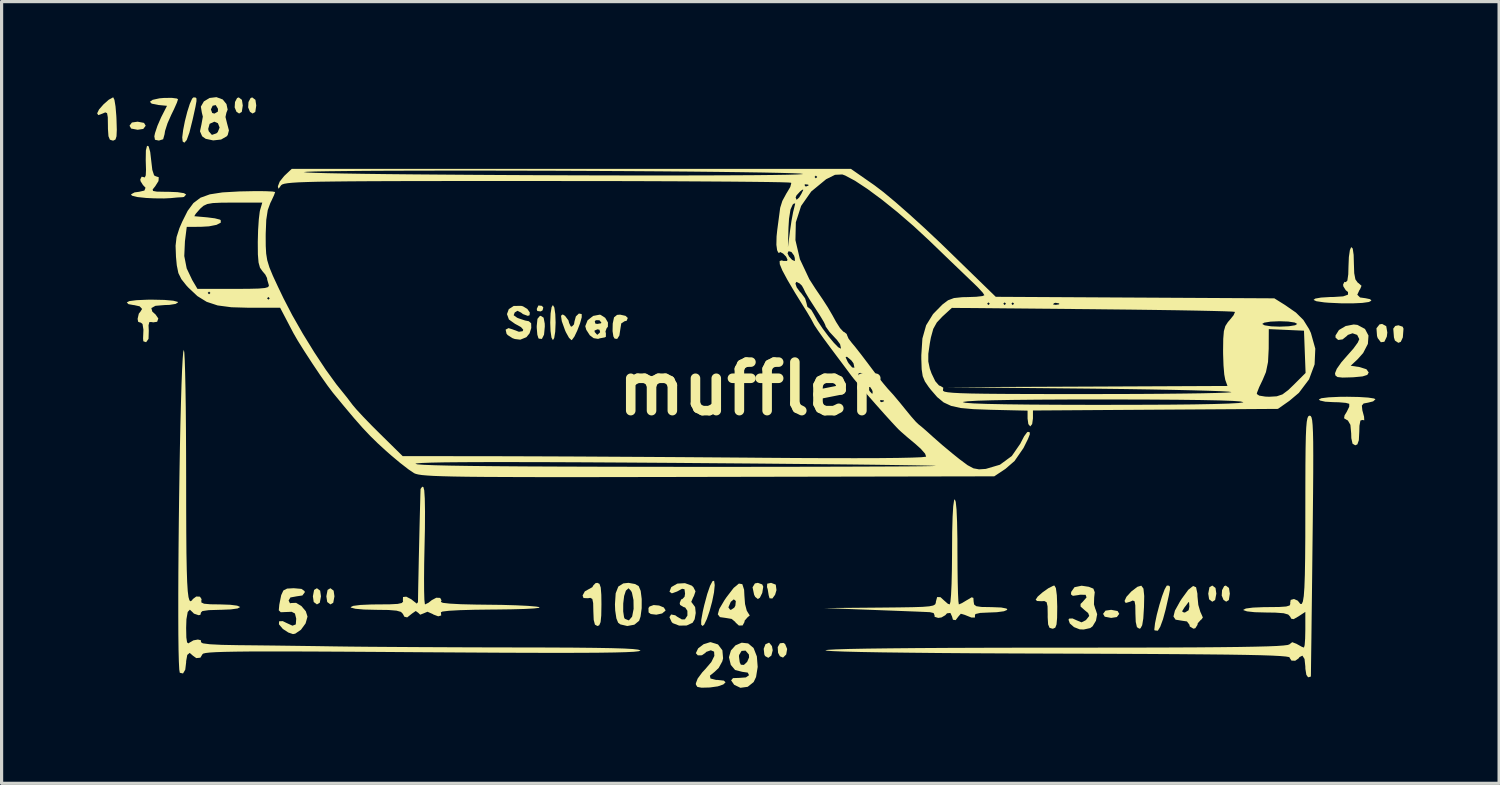
<source format=kicad_pcb>
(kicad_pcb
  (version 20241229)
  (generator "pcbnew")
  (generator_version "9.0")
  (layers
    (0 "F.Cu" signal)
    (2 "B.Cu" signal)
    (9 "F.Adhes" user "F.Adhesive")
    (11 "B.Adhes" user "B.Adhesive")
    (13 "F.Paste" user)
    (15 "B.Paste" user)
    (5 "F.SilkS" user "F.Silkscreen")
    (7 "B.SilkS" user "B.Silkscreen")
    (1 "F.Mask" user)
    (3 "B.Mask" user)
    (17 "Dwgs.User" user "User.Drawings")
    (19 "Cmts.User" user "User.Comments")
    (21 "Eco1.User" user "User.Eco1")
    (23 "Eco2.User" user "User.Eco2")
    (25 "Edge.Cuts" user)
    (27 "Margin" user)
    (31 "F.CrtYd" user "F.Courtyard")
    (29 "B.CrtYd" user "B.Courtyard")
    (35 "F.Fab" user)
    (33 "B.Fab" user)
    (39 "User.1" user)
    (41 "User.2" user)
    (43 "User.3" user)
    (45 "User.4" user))
  (footprint "muffler"
    (layer "F.Cu")
    (at 20.489 9.152)
    (property "Reference" "muffler" (at 0 0 0) (layer "F.SilkS") (effects (font (size 1.524 1.524) (thickness 0.3))))
    (attr board_only exclude_from_pos_files exclude_from_bom)
    (fp_poly (pts (xy -6.528 -2.6) (xy -6.482 -2.549) (xy -6.505 -2.459) (xy -6.562 -2.425) (xy -6.671 -2.438) (xy -6.689 -2.5) (xy -6.636 -2.612)) (stroke (width 0) (type solid)) (fill yes) (layer "F.SilkS"))
    (fp_poly (pts (xy -19.018 -8.344) (xy -18.965 -8.255) (xy -19.041 -8.154) (xy -19.219 -8.128) (xy -19.421 -8.166) (xy -19.473 -8.255) (xy -19.398 -8.356) (xy -19.219 -8.382)) (stroke (width 0) (type solid)) (fill yes) (layer "F.SilkS"))
    (fp_poly (pts (xy -13.488 6.341) (xy -13.462 6.519) (xy -13.5 6.721) (xy -13.589 6.773) (xy -13.69 6.698) (xy -13.716 6.519) (xy -13.678 6.318) (xy -13.589 6.265)) (stroke (width 0) (type solid)) (fill yes) (layer "F.SilkS"))
    (fp_poly (pts (xy -13.065 6.341) (xy -13.039 6.519) (xy -13.077 6.721) (xy -13.166 6.773) (xy -13.266 6.698) (xy -13.293 6.519) (xy -13.255 6.318) (xy -13.166 6.265)) (stroke (width 0) (type solid)) (fill yes) (layer "F.SilkS"))
    (fp_poly (pts (xy 11.547 6.981) (xy 11.599 7.07) (xy 11.524 7.17) (xy 11.345 7.197) (xy 11.144 7.159) (xy 11.091 7.07) (xy 11.167 6.969) (xy 11.345 6.943)) (stroke (width 0) (type solid)) (fill yes) (layer "F.SilkS"))
    (fp_poly (pts (xy 14.621 6.256) (xy 14.647 6.435) (xy 14.609 6.636) (xy 14.52 6.689) (xy 14.42 6.613) (xy 14.393 6.435) (xy 14.431 6.233) (xy 14.52 6.181)) (stroke (width 0) (type solid)) (fill yes) (layer "F.SilkS"))
    (fp_poly (pts (xy -15.944 -9.068) (xy -15.917 -8.89) (xy -15.948 -8.689) (xy -16.032 -8.638) (xy -16.115 -8.692) (xy -16.172 -8.83) (xy -16.161 -9) (xy -16.096 -9.124) (xy -16.044 -9.144)) (stroke (width 0) (type solid)) (fill yes) (layer "F.SilkS"))
    (fp_poly (pts (xy -15.52 -9.068) (xy -15.494 -8.89) (xy -15.524 -8.689) (xy -15.608 -8.638) (xy -15.692 -8.692) (xy -15.748 -8.83) (xy -15.738 -9) (xy -15.672 -9.124) (xy -15.621 -9.144)) (stroke (width 0) (type solid)) (fill yes) (layer "F.SilkS"))
    (fp_poly (pts (xy 1.109 8.017) (xy 1.173 8.172) (xy 1.143 8.345) (xy 1.044 8.443) (xy 0.946 8.401) (xy 0.888 8.293) (xy 0.877 8.114) (xy 0.946 7.994) (xy 1.057 7.981)) (stroke (width 0) (type solid)) (fill yes) (layer "F.SilkS"))
    (fp_poly (pts (xy 15.044 6.256) (xy 15.071 6.435) (xy 15.04 6.635) (xy 14.956 6.687) (xy 14.873 6.632) (xy 14.816 6.495) (xy 14.827 6.325) (xy 14.892 6.201) (xy 14.944 6.181)) (stroke (width 0) (type solid)) (fill yes) (layer "F.SilkS"))
    (fp_poly (pts (xy 0.391 6.146) (xy 0.423 6.216) (xy 0.392 6.411) (xy 0.318 6.562) (xy 0.254 6.604) (xy 0.17 6.537) (xy 0.136 6.47) (xy 0.087 6.236) (xy 0.161 6.114) (xy 0.254 6.096)) (stroke (width 0) (type solid)) (fill yes) (layer "F.SilkS"))
    (fp_poly (pts (xy 0.614 7.98) (xy 0.696 8.082) (xy 0.72 8.213) (xy 0.677 8.381) (xy 0.581 8.45) (xy 0.481 8.395) (xy 0.457 8.347) (xy 0.437 8.167) (xy 0.493 8.023) (xy 0.6 7.976)) (stroke (width 0) (type solid)) (fill yes) (layer "F.SilkS"))
    (fp_poly (pts (xy 0.816 6.153) (xy 0.838 6.324) (xy 0.795 6.47) (xy 0.708 6.588) (xy 0.621 6.581) (xy 0.593 6.484) (xy 0.563 6.298) (xy 0.541 6.23) (xy 0.547 6.123) (xy 0.668 6.096)) (stroke (width 0) (type solid)) (fill yes) (layer "F.SilkS"))
    (fp_poly (pts (xy 19.981 -1.962) (xy 20.015 -1.762) (xy 19.999 -1.633) (xy 19.922 -1.472) (xy 19.812 -1.458) (xy 19.713 -1.588) (xy 19.692 -1.655) (xy 19.674 -1.896) (xy 19.77 -2.018) (xy 19.852 -2.032)) (stroke (width 0) (type solid)) (fill yes) (layer "F.SilkS"))
    (fp_poly (pts (xy -2.847 6.808) (xy -2.699 6.869) (xy -2.644 6.957) (xy -2.646 6.967) (xy -2.751 7.057) (xy -2.934 7.096) (xy -3.108 7.075) (xy -3.177 7.025) (xy -3.181 6.887) (xy -3.148 6.84) (xy -3.019 6.793)) (stroke (width 0) (type solid)) (fill yes) (layer "F.SilkS"))
    (fp_poly (pts (xy -6.136 -2.547) (xy -6.106 -2.341) (xy -6.096 -2.074) (xy -6.108 -1.787) (xy -6.14 -1.59) (xy -6.181 -1.524) (xy -6.225 -1.602) (xy -6.255 -1.808) (xy -6.265 -2.074) (xy -6.253 -2.362) (xy -6.222 -2.559) (xy -6.181 -2.625)) (stroke (width 0) (type solid)) (fill yes) (layer "F.SilkS"))
    (fp_poly (pts (xy 20.496 -1.946) (xy 20.523 -1.884) (xy 20.51 -1.712) (xy 20.502 -1.609) (xy 20.438 -1.471) (xy 20.362 -1.439) (xy 20.254 -1.51) (xy 20.223 -1.609) (xy 20.208 -1.804) (xy 20.201 -1.884) (xy 20.265 -1.969) (xy 20.362 -1.99)) (stroke (width 0) (type solid)) (fill yes) (layer "F.SilkS"))
    (fp_poly (pts (xy -6.473 -2.229) (xy -6.437 -2.042) (xy -6.435 -1.952) (xy -6.459 -1.696) (xy -6.526 -1.562) (xy -6.621 -1.571) (xy -6.635 -1.583) (xy -6.67 -1.695) (xy -6.688 -1.906) (xy -6.689 -1.961) (xy -6.666 -2.192) (xy -6.591 -2.282) (xy -6.562 -2.286)) (stroke (width 0) (type solid)) (fill yes) (layer "F.SilkS"))
    (fp_poly (pts (xy -3.9 -2.286) (xy -3.83 -2.22) (xy -3.866 -2.131) (xy -3.93 -2.117) (xy -4.035 -2.049) (xy -4.064 -1.868) (xy -4.094 -1.669) (xy -4.163 -1.561) (xy -4.244 -1.572) (xy -4.282 -1.638) (xy -4.308 -1.806) (xy -4.303 -2.038) (xy -4.303 -2.043) (xy -4.262 -2.239) (xy -4.167 -2.316) (xy -4.07 -2.324)) (stroke (width 0) (type solid)) (fill yes) (layer "F.SilkS"))
    (fp_poly (pts (xy -1.101 6.163) (xy -1.101 6.168) (xy -1.123 6.396) (xy -1.181 6.681) (xy -1.26 6.975) (xy -1.348 7.232) (xy -1.43 7.404) (xy -1.48 7.451) (xy -1.526 7.408) (xy -1.524 7.264) (xy -1.475 6.994) (xy -1.431 6.802) (xy -1.336 6.448) (xy -1.247 6.19) (xy -1.172 6.045) (xy -1.12 6.03)) (stroke (width 0) (type solid)) (fill yes) (layer "F.SilkS"))
    (fp_poly (pts (xy -17.403 -9.142) (xy -17.371 -9.113) (xy -17.371 -9.026) (xy -17.403 -8.846) (xy -17.47 -8.543) (xy -17.493 -8.441) (xy -17.592 -8.043) (xy -17.677 -7.806) (xy -17.751 -7.722) (xy -17.805 -7.761) (xy -17.818 -7.888) (xy -17.79 -8.116) (xy -17.734 -8.4) (xy -17.66 -8.691) (xy -17.58 -8.942) (xy -17.507 -9.106) (xy -17.466 -9.144)) (stroke (width 0) (type solid)) (fill yes) (layer "F.SilkS"))
    (fp_poly (pts (xy 13.161 6.185) (xy 13.191 6.218) (xy 13.19 6.311) (xy 13.155 6.496) (xy 13.085 6.805) (xy 13.055 6.936) (xy 12.972 7.241) (xy 12.886 7.475) (xy 12.814 7.594) (xy 12.804 7.599) (xy 12.709 7.589) (xy 12.7 7.564) (xy 12.722 7.368) (xy 12.778 7.098) (xy 12.857 6.799) (xy 12.943 6.517) (xy 13.025 6.298) (xy 13.089 6.186) (xy 13.101 6.181)) (stroke (width 0) (type solid)) (fill yes) (layer "F.SilkS"))
    (fp_poly (pts (xy 12.359 6.277) (xy 12.383 6.508) (xy 12.376 6.858) (xy 12.354 7.214) (xy 12.319 7.427) (xy 12.267 7.523) (xy 12.228 7.535) (xy 12.154 7.487) (xy 12.117 7.323) (xy 12.107 7.067) (xy 12.103 6.802) (xy 12.08 6.675) (xy 12.024 6.651) (xy 11.938 6.689) (xy 11.802 6.728) (xy 11.765 6.666) (xy 11.824 6.536) (xy 11.974 6.372) (xy 11.981 6.365) (xy 12.17 6.22) (xy 12.292 6.185)) (stroke (width 0) (type solid)) (fill yes) (layer "F.SilkS"))
    (fp_poly (pts (xy -5.277 -2.342) (xy -5.276 -2.241) (xy -5.329 -2.05) (xy -5.414 -1.828) (xy -5.506 -1.635) (xy -5.583 -1.53) (xy -5.598 -1.524) (xy -5.674 -1.594) (xy -5.772 -1.77) (xy -5.799 -1.831) (xy -5.902 -2.118) (xy -5.927 -2.289) (xy -5.873 -2.331) (xy -5.8 -2.286) (xy -5.692 -2.142) (xy -5.673 -2.064) (xy -5.623 -1.958) (xy -5.588 -1.947) (xy -5.519 -2.018) (xy -5.503 -2.112) (xy -5.46 -2.269) (xy -5.365 -2.359)) (stroke (width 0) (type solid)) (fill yes) (layer "F.SilkS"))
    (fp_poly (pts (xy -4.719 6.128) (xy -4.679 6.244) (xy -4.661 6.473) (xy -4.657 6.773) (xy -4.663 7.121) (xy -4.684 7.329) (xy -4.727 7.429) (xy -4.784 7.451) (xy -4.861 7.408) (xy -4.9 7.26) (xy -4.911 6.993) (xy -4.917 6.731) (xy -4.944 6.601) (xy -5.009 6.567) (xy -5.08 6.579) (xy -5.22 6.573) (xy -5.249 6.493) (xy -5.179 6.364) (xy -5.08 6.308) (xy -4.943 6.232) (xy -4.911 6.175) (xy -4.842 6.105) (xy -4.784 6.096)) (stroke (width 0) (type solid)) (fill yes) (layer "F.SilkS"))
    (fp_poly (pts (xy -19.946 -9.066) (xy -19.912 -8.859) (xy -19.887 -8.562) (xy -19.882 -8.466) (xy -19.872 -8.128) (xy -19.881 -7.924) (xy -19.913 -7.823) (xy -19.976 -7.79) (xy -20.003 -7.789) (xy -20.089 -7.817) (xy -20.134 -7.925) (xy -20.15 -8.152) (xy -20.151 -8.258) (xy -20.155 -8.522) (xy -20.178 -8.65) (xy -20.234 -8.674) (xy -20.32 -8.636) (xy -20.454 -8.588) (xy -20.489 -8.644) (xy -20.43 -8.765) (xy -20.289 -8.926) (xy -20.125 -9.071) (xy -19.994 -9.143) (xy -19.983 -9.144)) (stroke (width 0) (type solid)) (fill yes) (layer "F.SilkS"))
    (fp_poly (pts (xy -17.985 -9.109) (xy -17.95 -9.085) (xy -17.986 -8.977) (xy -18.077 -8.772) (xy -18.161 -8.6) (xy -18.281 -8.329) (xy -18.358 -8.088) (xy -18.373 -7.987) (xy -18.417 -7.83) (xy -18.551 -7.789) (xy -18.674 -7.814) (xy -18.694 -7.922) (xy -18.673 -8.022) (xy -18.596 -8.253) (xy -18.479 -8.522) (xy -18.456 -8.567) (xy -18.296 -8.88) (xy -18.567 -8.906) (xy -18.777 -8.948) (xy -18.833 -9.007) (xy -18.747 -9.068) (xy -18.533 -9.115) (xy -18.394 -9.127) (xy -18.146 -9.13)) (stroke (width 0) (type solid)) (fill yes) (layer "F.SilkS"))
    (fp_poly (pts (xy 9.61 6.261) (xy 9.64 6.486) (xy 9.652 6.831) (xy 9.652 6.858) (xy 9.648 7.198) (xy 9.63 7.401) (xy 9.591 7.503) (xy 9.523 7.534) (xy 9.501 7.535) (xy 9.411 7.508) (xy 9.366 7.401) (xy 9.352 7.174) (xy 9.353 7.091) (xy 9.348 6.833) (xy 9.319 6.705) (xy 9.248 6.667) (xy 9.165 6.673) (xy 9.018 6.666) (xy 8.975 6.625) (xy 9.039 6.528) (xy 9.192 6.394) (xy 9.374 6.265) (xy 9.527 6.188) (xy 9.564 6.181)) (stroke (width 0) (type solid)) (fill yes) (layer "F.SilkS"))
    (fp_poly (pts (xy -0.234 6.138) (xy -0.178 6.314) (xy -0.169 6.496) (xy -0.149 6.762) (xy -0.096 6.966) (xy -0.064 7.021) (xy -0.000125 7.121) (xy -0.064 7.172) (xy -0.16 7.28) (xy -0.169 7.331) (xy -0.225 7.433) (xy -0.342 7.437) (xy -0.445 7.344) (xy -0.454 7.324) (xy -0.571 7.228) (xy -0.759 7.197) (xy -0.937 7.172) (xy -1.004 7.085) (xy -0.958 6.918) (xy -0.928 6.866) (xy -0.672 6.866) (xy -0.617 6.94) (xy -0.59 6.943) (xy -0.487 6.875) (xy -0.453 6.812) (xy -0.438 6.666) (xy -0.501 6.614) (xy -0.596 6.691) (xy -0.672 6.866) (xy -0.928 6.866) (xy -0.8 6.649) (xy -0.733 6.55) (xy -0.507 6.256) (xy -0.342 6.119)) (stroke (width 0) (type solid)) (fill yes) (layer "F.SilkS"))
    (fp_poly (pts (xy -0.051 7.998) (xy 0.119 8.142) (xy 0.222 8.405) (xy 0.248 8.736) (xy 0.197 9.052) (xy 0.122 9.21) (xy -0.065 9.36) (xy -0.294 9.391) (xy -0.491 9.296) (xy -0.586 9.158) (xy -0.527 9.087) (xy -0.327 9.08) (xy -0.123 9.065) (xy -0.023 8.996) (xy -0.064 8.914) (xy -0.233 8.89) (xy -0.461 8.833) (xy -0.596 8.672) (xy -0.654 8.433) (xy -0.648 8.41) (xy -0.339 8.41) (xy -0.316 8.589) (xy -0.28 8.666) (xy -0.185 8.673) (xy -0.083 8.577) (xy -0.022 8.437) (xy -0.028 8.346) (xy -0.134 8.223) (xy -0.258 8.233) (xy -0.335 8.362) (xy -0.339 8.41) (xy -0.648 8.41) (xy -0.592 8.219) (xy -0.447 8.057) (xy -0.254 7.975)) (stroke (width 0) (type solid)) (fill yes) (layer "F.SilkS"))
    (fp_poly (pts (xy 19.075 -2.002) (xy 19.314 -1.875) (xy 19.424 -1.667) (xy 19.405 -1.406) (xy 19.256 -1.118) (xy 19.078 -0.919) (xy 18.865 -0.72) (xy 19.148 -0.677) (xy 19.359 -0.61) (xy 19.431 -0.508) (xy 19.387 -0.432) (xy 19.237 -0.385) (xy 18.951 -0.358) (xy 18.902 -0.356) (xy 18.61 -0.348) (xy 18.45 -0.365) (xy 18.384 -0.416) (xy 18.373 -0.484) (xy 18.428 -0.622) (xy 18.574 -0.83) (xy 18.754 -1.036) (xy 18.951 -1.259) (xy 19.088 -1.448) (xy 19.135 -1.554) (xy 19.069 -1.688) (xy 18.923 -1.739) (xy 18.775 -1.687) (xy 18.747 -1.656) (xy 18.611 -1.547) (xy 18.472 -1.529) (xy 18.39 -1.601) (xy 18.388 -1.669) (xy 18.497 -1.842) (xy 18.71 -1.968) (xy 18.961 -2.015)) (stroke (width 0) (type solid)) (fill yes) (layer "F.SilkS"))
    (fp_poly (pts (xy -3.604 6.133) (xy -3.488 6.198) (xy -3.425 6.349) (xy -3.393 6.603) (xy -3.394 6.892) (xy -3.429 7.154) (xy -3.474 7.287) (xy -3.624 7.41) (xy -3.846 7.451) (xy -4.061 7.401) (xy -4.132 7.349) (xy -4.188 7.212) (xy -4.221 6.993) (xy -3.974 6.993) (xy -3.947 7.178) (xy -3.923 7.225) (xy -3.797 7.275) (xy -3.698 7.162) (xy -3.692 7.147) (xy -3.647 6.913) (xy -3.651 6.636) (xy -3.7 6.404) (xy -3.727 6.35) (xy -3.806 6.266) (xy -3.882 6.333) (xy -3.893 6.35) (xy -3.945 6.509) (xy -3.973 6.746) (xy -3.974 6.993) (xy -4.221 6.993) (xy -4.225 6.969) (xy -4.233 6.773) (xy -4.21 6.424) (xy -4.128 6.213) (xy -3.971 6.114) (xy -3.81 6.096)) (stroke (width 0) (type solid)) (fill yes) (layer "F.SilkS"))
    (fp_poly (pts (xy -0.998 8.03) (xy -0.86 8.214) (xy -0.838 8.466) (xy -0.863 8.562) (xy -0.976 8.768) (xy -1.11 8.895) (xy -1.252 9.01) (xy -1.234 9.099) (xy -1.063 9.143) (xy -1.009 9.144) (xy -0.814 9.166) (xy -0.761 9.22) (xy -0.831 9.286) (xy -1.004 9.346) (xy -1.255 9.381) (xy -1.514 9.388) (xy -1.646 9.363) (xy -1.691 9.292) (xy -1.693 9.25) (xy -1.636 9.101) (xy -1.489 8.902) (xy -1.397 8.805) (xy -1.207 8.582) (xy -1.112 8.389) (xy -1.121 8.256) (xy -1.223 8.213) (xy -1.367 8.264) (xy -1.397 8.297) (xy -1.503 8.37) (xy -1.631 8.373) (xy -1.693 8.304) (xy -1.693 8.303) (xy -1.621 8.153) (xy -1.449 8.022) (xy -1.245 7.959) (xy -1.226 7.959)) (stroke (width 0) (type solid)) (fill yes) (layer "F.SilkS"))
    (fp_poly (pts (xy 14.011 6.235) (xy 14.053 6.435) (xy 14.055 6.52) (xy 14.081 6.788) (xy 14.146 7.011) (xy 14.161 7.04) (xy 14.224 7.183) (xy 14.177 7.25) (xy 14.161 7.257) (xy 14.064 7.364) (xy 14.055 7.415) (xy 13.987 7.521) (xy 13.928 7.535) (xy 13.815 7.468) (xy 13.801 7.408) (xy 13.725 7.308) (xy 13.547 7.281) (xy 13.367 7.252) (xy 13.301 7.153) (xy 13.341 6.992) (xy 13.571 6.992) (xy 13.626 7.026) (xy 13.663 7.027) (xy 13.777 6.956) (xy 13.801 6.844) (xy 13.792 6.714) (xy 13.777 6.696) (xy 13.712 6.784) (xy 13.639 6.879) (xy 13.571 6.992) (xy 13.341 6.992) (xy 13.347 6.968) (xy 13.508 6.678) (xy 13.561 6.595) (xy 13.766 6.315) (xy 13.916 6.195)) (stroke (width 0) (type solid)) (fill yes) (layer "F.SilkS"))
    (fp_poly (pts (xy 10.643 6.22) (xy 10.787 6.278) (xy 10.83 6.391) (xy 10.812 6.556) (xy 10.805 6.774) (xy 10.85 6.921) (xy 10.855 6.926) (xy 10.906 7.081) (xy 10.868 7.285) (xy 10.761 7.462) (xy 10.688 7.516) (xy 10.483 7.561) (xy 10.357 7.556) (xy 10.179 7.486) (xy 10.047 7.37) (xy 10.006 7.254) (xy 10.025 7.219) (xy 10.132 7.214) (xy 10.259 7.271) (xy 10.414 7.336) (xy 10.54 7.274) (xy 10.573 7.242) (xy 10.657 7.134) (xy 10.623 7.045) (xy 10.513 6.954) (xy 10.384 6.839) (xy 10.384 6.758) (xy 10.45 6.694) (xy 10.573 6.552) (xy 10.543 6.472) (xy 10.369 6.469) (xy 10.321 6.479) (xy 10.143 6.504) (xy 10.084 6.459) (xy 10.09 6.381) (xy 10.194 6.233) (xy 10.418 6.186)) (stroke (width 0) (type solid)) (fill yes) (layer "F.SilkS"))
    (fp_poly (pts (xy -7.12 -2.585) (xy -6.984 -2.503) (xy -6.906 -2.391) (xy -6.914 -2.304) (xy -6.971 -2.286) (xy -7.121 -2.341) (xy -7.18 -2.388) (xy -7.297 -2.445) (xy -7.38 -2.391) (xy -7.413 -2.305) (xy -7.304 -2.227) (xy -7.247 -2.204) (xy -7.054 -2.14) (xy -6.937 -2.117) (xy -6.864 -2.053) (xy -6.86 -1.905) (xy -6.913 -1.738) (xy -7.011 -1.618) (xy -7.022 -1.612) (xy -7.205 -1.538) (xy -7.376 -1.559) (xy -7.451 -1.586) (xy -7.6 -1.682) (xy -7.636 -1.723) (xy -7.665 -1.853) (xy -7.575 -1.901) (xy -7.451 -1.863) (xy -7.247 -1.786) (xy -7.129 -1.805) (xy -7.112 -1.852) (xy -7.182 -1.932) (xy -7.352 -2.026) (xy -7.366 -2.032) (xy -7.562 -2.172) (xy -7.623 -2.341) (xy -7.566 -2.496) (xy -7.412 -2.597) (xy -7.178 -2.6)) (stroke (width 0) (type solid)) (fill yes) (layer "F.SilkS"))
    (fp_poly (pts (xy -14.075 6.286) (xy -13.977 6.355) (xy -13.97 6.392) (xy -14.046 6.493) (xy -14.224 6.519) (xy -14.422 6.555) (xy -14.478 6.651) (xy -14.435 6.738) (xy -14.39 6.729) (xy -14.243 6.724) (xy -14.075 6.826) (xy -13.938 6.989) (xy -13.885 7.156) (xy -13.945 7.369) (xy -14.09 7.568) (xy -14.269 7.691) (xy -14.342 7.705) (xy -14.488 7.655) (xy -14.659 7.543) (xy -14.782 7.397) (xy -14.777 7.303) (xy -14.662 7.298) (xy -14.56 7.348) (xy -14.357 7.441) (xy -14.253 7.401) (xy -14.239 7.222) (xy -14.24 7.218) (xy -14.279 7.059) (xy -14.382 7.005) (xy -14.54 7.011) (xy -14.724 7.019) (xy -14.787 6.959) (xy -14.771 6.785) (xy -14.766 6.757) (xy -14.711 6.483) (xy -14.643 6.336) (xy -14.526 6.276) (xy -14.323 6.265) (xy -14.311 6.265)) (stroke (width 0) (type solid)) (fill yes) (layer "F.SilkS"))
    (fp_poly (pts (xy -4.683 -2.317) (xy -4.539 -2.225) (xy -4.453 -2.078) (xy -4.455 -1.942) (xy -4.492 -1.902) (xy -4.531 -1.797) (xy -4.517 -1.733) (xy -4.519 -1.626) (xy -4.556 -1.609) (xy -4.71 -1.58) (xy -4.761 -1.563) (xy -4.902 -1.585) (xy -5.022 -1.676) (xy -5.117 -1.823) (xy -4.875 -1.823) (xy -4.868 -1.778) (xy -4.796 -1.697) (xy -4.784 -1.693) (xy -4.716 -1.752) (xy -4.699 -1.778) (xy -4.719 -1.85) (xy -4.784 -1.863) (xy -4.875 -1.823) (xy -5.117 -1.823) (xy -5.133 -1.847) (xy -5.165 -1.962) (xy -5.103 -2.118) (xy -4.867 -2.118) (xy -4.849 -2.044) (xy -4.789 -2.032) (xy -4.673 -2.052) (xy -4.657 -2.069) (xy -4.719 -2.148) (xy -4.83 -2.15) (xy -4.867 -2.118) (xy -5.103 -2.118) (xy -5.091 -2.147) (xy -4.918 -2.284) (xy -4.713 -2.323)) (stroke (width 0) (type solid)) (fill yes) (layer "F.SilkS"))
    (fp_poly (pts (xy 19.123 0.261) (xy 19.416 0.28) (xy 19.598 0.308) (xy 19.643 0.333) (xy 19.569 0.399) (xy 19.41 0.439) (xy 19.271 0.465) (xy 19.216 0.53) (xy 19.231 0.678) (xy 19.285 0.881) (xy 19.291 0.993) (xy 19.233 0.982) (xy 19.171 1) (xy 19.14 1.163) (xy 19.135 1.35) (xy 19.121 1.618) (xy 19.075 1.749) (xy 19.008 1.778) (xy 18.923 1.727) (xy 18.885 1.554) (xy 18.881 1.406) (xy 18.856 1.135) (xy 18.777 0.999) (xy 18.744 0.982) (xy 18.657 0.929) (xy 18.673 0.838) (xy 18.74 0.729) (xy 18.819 0.567) (xy 18.82 0.475) (xy 18.712 0.446) (xy 18.492 0.427) (xy 18.316 0.423) (xy 18.066 0.409) (xy 17.902 0.372) (xy 17.865 0.339) (xy 17.945 0.3) (xy 18.172 0.272) (xy 18.522 0.256) (xy 18.754 0.254)) (stroke (width 0) (type solid)) (fill yes) (layer "F.SilkS"))
    (fp_poly (pts (xy -18.374 -2.786) (xy -18.102 -2.762) (xy -17.962 -2.726) (xy -17.949 -2.709) (xy -18.025 -2.661) (xy -18.22 -2.63) (xy -18.373 -2.625) (xy -18.659 -2.601) (xy -18.788 -2.531) (xy -18.757 -2.419) (xy -18.656 -2.329) (xy -18.569 -2.204) (xy -18.605 -2.1) (xy -18.736 -2.081) (xy -18.764 -2.09) (xy -18.848 -2.093) (xy -18.876 -1.992) (xy -18.868 -1.818) (xy -18.876 -1.564) (xy -18.952 -1.458) (xy -19.039 -1.488) (xy -19.047 -1.578) (xy -19.036 -1.851) (xy -19.064 -2.029) (xy -19.124 -2.079) (xy -19.135 -2.074) (xy -19.202 -2.1) (xy -19.219 -2.191) (xy -19.181 -2.356) (xy -19.133 -2.414) (xy -19.078 -2.503) (xy -19.155 -2.585) (xy -19.33 -2.624) (xy -19.351 -2.625) (xy -19.508 -2.654) (xy -19.558 -2.709) (xy -19.478 -2.749) (xy -19.254 -2.778) (xy -18.914 -2.793) (xy -18.754 -2.794)) (stroke (width 0) (type solid)) (fill yes) (layer "F.SilkS"))
    (fp_poly (pts (xy -1.823 6.183) (xy -1.772 6.23) (xy -1.704 6.362) (xy -1.754 6.512) (xy -1.773 6.544) (xy -1.838 6.694) (xy -1.79 6.755) (xy -1.716 6.857) (xy -1.697 7.043) (xy -1.731 7.239) (xy -1.795 7.349) (xy -1.98 7.435) (xy -2.217 7.439) (xy -2.416 7.362) (xy -2.452 7.327) (xy -2.522 7.174) (xy -2.47 7.089) (xy -2.339 7.115) (xy -2.283 7.157) (xy -2.132 7.245) (xy -2.037 7.242) (xy -1.958 7.124) (xy -1.959 6.973) (xy -2.03 6.868) (xy -2.074 6.858) (xy -2.187 6.79) (xy -2.201 6.731) (xy -2.156 6.618) (xy -2.117 6.604) (xy -2.048 6.533) (xy -2.032 6.435) (xy -2.049 6.297) (xy -2.125 6.282) (xy -2.283 6.368) (xy -2.447 6.426) (xy -2.521 6.375) (xy -2.471 6.243) (xy -2.457 6.225) (xy -2.275 6.12) (xy -2.035 6.106)) (stroke (width 0) (type solid)) (fill yes) (layer "F.SilkS"))
    (fp_poly (pts (xy 18.929 -4.399) (xy 18.958 -4.2) (xy 18.965 -3.946) (xy 18.976 -3.624) (xy 19.013 -3.431) (xy 19.086 -3.329) (xy 19.11 -3.314) (xy 19.205 -3.23) (xy 19.16 -3.121) (xy 19.14 -3.096) (xy 19.072 -2.949) (xy 19.16 -2.863) (xy 19.328 -2.84) (xy 19.476 -2.809) (xy 19.516 -2.763) (xy 19.437 -2.721) (xy 19.227 -2.692) (xy 18.921 -2.678) (xy 18.557 -2.68) (xy 18.17 -2.698) (xy 18.034 -2.709) (xy 17.789 -2.745) (xy 17.699 -2.787) (xy 17.752 -2.828) (xy 17.934 -2.86) (xy 18.232 -2.878) (xy 18.337 -2.879) (xy 18.629 -2.898) (xy 18.781 -2.952) (xy 18.781 -3.034) (xy 18.711 -3.09) (xy 18.634 -3.212) (xy 18.627 -3.27) (xy 18.669 -3.353) (xy 18.711 -3.344) (xy 18.76 -3.391) (xy 18.789 -3.589) (xy 18.796 -3.842) (xy 18.808 -4.133) (xy 18.84 -4.351) (xy 18.881 -4.445)) (stroke (width 0) (type solid)) (fill yes) (layer "F.SilkS"))
    (fp_poly (pts (xy -18.873 -7.609) (xy -18.823 -7.43) (xy -18.796 -7.197) (xy -18.757 -6.867) (xy -18.701 -6.696) (xy -18.648 -6.668) (xy -18.555 -6.638) (xy -18.563 -6.518) (xy -18.669 -6.35) (xy -18.682 -6.335) (xy -18.747 -6.253) (xy -18.734 -6.207) (xy -18.617 -6.186) (xy -18.366 -6.181) (xy -18.259 -6.181) (xy -17.966 -6.169) (xy -17.765 -6.138) (xy -17.695 -6.096) (xy -17.763 -6.019) (xy -17.812 -6.011) (xy -17.979 -6.002) (xy -18.172 -5.983) (xy -18.388 -5.972) (xy -18.697 -5.975) (xy -18.947 -5.987) (xy -19.225 -6.016) (xy -19.394 -6.058) (xy -19.428 -6.1) (xy -19.314 -6.162) (xy -19.172 -6.181) (xy -19.006 -6.219) (xy -18.97 -6.308) (xy -19.05 -6.392) (xy -19.127 -6.514) (xy -19.135 -6.572) (xy -19.092 -6.655) (xy -19.05 -6.646) (xy -18.993 -6.632) (xy -18.963 -6.697) (xy -18.955 -6.872) (xy -18.964 -7.173) (xy -18.959 -7.479) (xy -18.923 -7.625)) (stroke (width 0) (type solid)) (fill yes) (layer "F.SilkS"))
    (fp_poly (pts (xy -16.546 -9.079) (xy -16.429 -8.934) (xy -16.392 -8.761) (xy -16.431 -8.664) (xy -16.46 -8.529) (xy -16.409 -8.322) (xy -16.352 -8.109) (xy -16.389 -7.965) (xy -16.42 -7.923) (xy -16.598 -7.821) (xy -16.846 -7.794) (xy -17.081 -7.844) (xy -17.193 -7.923) (xy -17.26 -8.079) (xy -17.245 -8.154) (xy -17.003 -8.154) (xy -16.986 -8.082) (xy -16.887 -7.967) (xy -16.746 -8.015) (xy -16.703 -8.054) (xy -16.645 -8.198) (xy -16.698 -8.334) (xy -16.81 -8.382) (xy -16.958 -8.315) (xy -17.003 -8.154) (xy -17.245 -8.154) (xy -17.215 -8.293) (xy -17.215 -8.293) (xy -17.171 -8.54) (xy -17.202 -8.666) (xy -17.219 -8.767) (xy -16.918 -8.767) (xy -16.877 -8.655) (xy -16.806 -8.636) (xy -16.7 -8.697) (xy -16.695 -8.784) (xy -16.766 -8.903) (xy -16.863 -8.883) (xy -16.918 -8.767) (xy -17.219 -8.767) (xy -17.233 -8.855) (xy -17.139 -9.018) (xy -16.961 -9.126) (xy -16.744 -9.152)) (stroke (width 0) (type solid)) (fill yes) (layer "F.SilkS"))
    (fp_poly (pts (xy 6.466 3.554) (xy 6.491 3.796) (xy 6.508 4.187) (xy 6.518 4.716) (xy 6.519 5.122) (xy 6.522 5.63) (xy 6.528 6.075) (xy 6.537 6.43) (xy 6.549 6.671) (xy 6.563 6.772) (xy 6.565 6.773) (xy 6.661 6.732) (xy 6.819 6.637) (xy 6.966 6.55) (xy 7.02 6.569) (xy 7.027 6.679) (xy 7.042 6.775) (xy 7.111 6.829) (xy 7.273 6.853) (xy 7.564 6.858) (xy 7.583 6.858) (xy 7.892 6.87) (xy 8.061 6.903) (xy 8.086 6.943) (xy 7.979 6.988) (xy 7.756 7.018) (xy 7.525 7.027) (xy 7.236 7.04) (xy 7.084 7.075) (xy 7.07 7.112) (xy 7.068 7.185) (xy 6.955 7.184) (xy 6.769 7.11) (xy 6.767 7.108) (xy 6.625 7.066) (xy 6.551 7.151) (xy 6.463 7.267) (xy 6.378 7.254) (xy 6.35 7.154) (xy 6.298 7.041) (xy 6.191 7.053) (xy 6.138 7.112) (xy 6.019 7.182) (xy 5.917 7.197) (xy 5.803 7.163) (xy 5.8 7.112) (xy 5.771 7.044) (xy 5.656 7.017) (xy 5.512 7.01) (xy 5.228 6.998) (xy 4.838 6.983) (xy 4.37 6.965) (xy 3.895 6.947) (xy 2.328 6.888) (xy 4.085 6.873) (xy 4.673 6.867) (xy 5.112 6.86) (xy 5.425 6.85) (xy 5.633 6.833) (xy 5.757 6.808) (xy 5.819 6.773) (xy 5.84 6.725) (xy 5.842 6.689) (xy 5.882 6.542) (xy 5.987 6.546) (xy 6.096 6.646) (xy 6.218 6.753) (xy 6.276 6.773) (xy 6.299 6.693) (xy 6.319 6.469) (xy 6.335 6.127) (xy 6.345 5.693) (xy 6.35 5.192) (xy 6.35 5.122) (xy 6.354 4.51) (xy 6.367 4.029) (xy 6.387 3.691) (xy 6.414 3.505) (xy 6.435 3.471)) (stroke (width 0) (type solid)) (fill yes) (layer "F.SilkS"))
    (fp_poly (pts (xy -10.247 3.089) (xy -10.22 3.191) (xy -10.203 3.451) (xy -10.196 3.857) (xy -10.199 4.398) (xy -10.211 4.957) (xy -10.222 5.491) (xy -10.226 5.962) (xy -10.224 6.348) (xy -10.216 6.622) (xy -10.201 6.761) (xy -10.194 6.773) (xy -10.089 6.722) (xy -9.982 6.638) (xy -9.841 6.563) (xy -9.72 6.569) (xy -9.678 6.644) (xy -9.698 6.695) (xy -9.635 6.724) (xy -9.421 6.748) (xy -9.071 6.767) (xy -8.605 6.778) (xy -8.281 6.782) (xy -7.785 6.788) (xy -7.335 6.801) (xy -6.964 6.819) (xy -6.706 6.841) (xy -6.604 6.858) (xy -6.614 6.88) (xy -6.776 6.9) (xy -7.073 6.916) (xy -7.488 6.927) (xy -8.004 6.934) (xy -8.069 6.934) (xy -8.641 6.941) (xy -9.105 6.954) (xy -9.446 6.973) (xy -9.648 6.997) (xy -9.698 7.021) (xy -9.687 7.12) (xy -9.782 7.147) (xy -9.931 7.091) (xy -9.957 7.074) (xy -10.119 7.003) (xy -10.23 7.05) (xy -10.347 7.096) (xy -10.408 7.037) (xy -10.487 6.98) (xy -10.605 7.061) (xy -10.607 7.063) (xy -10.755 7.181) (xy -10.845 7.159) (xy -10.891 7.07) (xy -10.951 7.008) (xy -11.091 6.969) (xy -11.342 6.948) (xy -11.733 6.943) (xy -11.735 6.943) (xy -12.112 6.934) (xy -12.382 6.91) (xy -12.519 6.874) (xy -12.531 6.858) (xy -12.45 6.819) (xy -12.225 6.79) (xy -11.88 6.775) (xy -11.687 6.773) (xy -11.299 6.77) (xy -11.054 6.757) (xy -10.925 6.729) (xy -10.884 6.684) (xy -10.891 6.646) (xy -10.887 6.541) (xy -10.785 6.53) (xy -10.628 6.611) (xy -10.569 6.659) (xy -10.454 6.748) (xy -10.417 6.701) (xy -10.415 6.596) (xy -10.413 6.451) (xy -10.408 6.173) (xy -10.4 5.796) (xy -10.391 5.351) (xy -10.38 4.874) (xy -10.369 4.397) (xy -10.358 3.953) (xy -10.348 3.576) (xy -10.341 3.298) (xy -10.336 3.154) (xy -10.336 3.149) (xy -10.284 3.078)) (stroke (width 0) (type solid)) (fill yes) (layer "F.SilkS"))
    (fp_poly (pts (xy 17.609 0.858) (xy 17.635 0.902) (xy 17.655 0.992) (xy 17.67 1.143) (xy 17.681 1.367) (xy 17.688 1.679) (xy 17.69 2.092) (xy 17.689 2.621) (xy 17.684 3.28) (xy 17.676 4.081) (xy 17.666 4.932) (xy 17.657 5.746) (xy 17.648 6.508) (xy 17.639 7.199) (xy 17.632 7.805) (xy 17.625 8.308) (xy 17.62 8.692) (xy 17.617 8.941) (xy 17.615 9.038) (xy 17.615 9.038) (xy 17.544 9.059) (xy 17.526 9.059) (xy 17.473 8.984) (xy 17.443 8.797) (xy 17.441 8.721) (xy 17.416 8.486) (xy 17.35 8.382) (xy 17.258 8.427) (xy 17.23 8.467) (xy 17.124 8.542) (xy 17.005 8.537) (xy 16.953 8.458) (xy 16.954 8.445) (xy 16.927 8.426) (xy 16.83 8.409) (xy 16.655 8.394) (xy 16.393 8.38) (xy 16.035 8.368) (xy 15.572 8.358) (xy 14.996 8.349) (xy 14.298 8.342) (xy 13.468 8.335) (xy 12.498 8.329) (xy 11.38 8.324) (xy 10.103 8.319) (xy 9.673 8.318) (xy 8.3 8.313) (xy 7.059 8.307) (xy 5.953 8.299) (xy 4.987 8.289) (xy 4.166 8.279) (xy 3.493 8.267) (xy 2.974 8.254) (xy 2.612 8.24) (xy 2.412 8.225) (xy 2.371 8.214) (xy 2.455 8.199) (xy 2.704 8.185) (xy 3.114 8.172) (xy 3.681 8.161) (xy 4.401 8.152) (xy 5.269 8.144) (xy 6.282 8.138) (xy 7.435 8.134) (xy 8.725 8.131) (xy 9.625 8.131) (xy 10.952 8.13) (xy 12.118 8.129) (xy 13.132 8.126) (xy 14.005 8.122) (xy 14.744 8.116) (xy 15.359 8.109) (xy 15.858 8.1) (xy 16.251 8.09) (xy 16.547 8.078) (xy 16.755 8.063) (xy 16.884 8.047) (xy 16.942 8.028) (xy 16.946 8.023) (xy 17.029 7.959) (xy 17.166 8.011) (xy 17.184 8.022) (xy 17.333 8.105) (xy 17.398 8.128) (xy 17.42 8.051) (xy 17.435 7.848) (xy 17.441 7.568) (xy 17.441 7.008) (xy 17.228 7.148) (xy 17.074 7.236) (xy 16.999 7.222) (xy 16.965 7.157) (xy 16.903 7.091) (xy 16.759 7.05) (xy 16.501 7.031) (xy 16.205 7.027) (xy 15.857 7.018) (xy 15.612 6.992) (xy 15.498 6.953) (xy 15.494 6.943) (xy 15.574 6.902) (xy 15.795 6.873) (xy 16.129 6.859) (xy 16.253 6.858) (xy 16.617 6.854) (xy 16.839 6.839) (xy 16.948 6.807) (xy 16.971 6.754) (xy 16.964 6.731) (xy 16.981 6.632) (xy 17.085 6.603) (xy 17.202 6.655) (xy 17.23 6.689) (xy 17.284 6.757) (xy 17.329 6.758) (xy 17.364 6.681) (xy 17.392 6.512) (xy 17.412 6.238) (xy 17.426 5.847) (xy 17.435 5.325) (xy 17.44 4.66) (xy 17.441 3.84) (xy 17.441 3.81) (xy 17.442 3.019) (xy 17.444 2.381) (xy 17.449 1.88) (xy 17.457 1.5) (xy 17.469 1.225) (xy 17.486 1.038) (xy 17.508 0.924) (xy 17.536 0.865) (xy 17.571 0.847) (xy 17.578 0.847)) (stroke (width 0) (type solid)) (fill yes) (layer "F.SilkS"))
    (fp_poly (pts (xy -17.752 -1.129) (xy -17.739 -0.885) (xy -17.727 -0.506) (xy -17.716 -0.008) (xy -17.707 0.591) (xy -17.701 1.276) (xy -17.697 2.028) (xy -17.695 2.757) (xy -17.694 3.71) (xy -17.691 4.506) (xy -17.686 5.156) (xy -17.676 5.674) (xy -17.663 6.069) (xy -17.645 6.355) (xy -17.621 6.544) (xy -17.591 6.647) (xy -17.555 6.676) (xy -17.511 6.644) (xy -17.484 6.604) (xy -17.377 6.525) (xy -17.262 6.53) (xy -17.21 6.609) (xy -17.218 6.646) (xy -17.217 6.712) (xy -17.133 6.751) (xy -16.936 6.769) (xy -16.634 6.773) (xy -16.315 6.784) (xy -16.093 6.812) (xy -16.003 6.854) (xy -16.002 6.858) (xy -16.081 6.901) (xy -16.295 6.93) (xy -16.609 6.943) (xy -16.642 6.943) (xy -16.984 6.953) (xy -17.184 6.982) (xy -17.23 7.027) (xy -17.248 7.101) (xy -17.304 7.112) (xy -17.451 7.062) (xy -17.484 7.027) (xy -17.578 6.938) (xy -17.646 7.01) (xy -17.686 7.238) (xy -17.695 7.51) (xy -17.689 7.811) (xy -17.666 7.966) (xy -17.622 7.997) (xy -17.594 7.976) (xy -17.468 7.902) (xy -17.326 7.876) (xy -17.23 7.899) (xy -17.23 7.959) (xy -17.171 7.995) (xy -16.95 8.024) (xy -16.573 8.043) (xy -16.045 8.053) (xy -16.028 8.053) (xy -15.524 8.058) (xy -14.906 8.065) (xy -14.231 8.074) (xy -13.555 8.083) (xy -13.039 8.091) (xy -12.579 8.097) (xy -11.979 8.103) (xy -11.264 8.108) (xy -10.464 8.113) (xy -9.605 8.117) (xy -8.716 8.121) (xy -7.824 8.123) (xy -7.34 8.124) (xy -6.363 8.126) (xy -5.545 8.13) (xy -4.877 8.137) (xy -4.349 8.146) (xy -3.95 8.158) (xy -3.672 8.174) (xy -3.505 8.193) (xy -3.438 8.215) (xy -3.437 8.226) (xy -3.493 8.244) (xy -3.641 8.26) (xy -3.888 8.272) (xy -4.243 8.282) (xy -4.713 8.289) (xy -5.307 8.293) (xy -6.031 8.294) (xy -6.893 8.293) (xy -7.902 8.289) (xy -9.065 8.282) (xy -10.342 8.274) (xy -11.595 8.265) (xy -12.688 8.258) (xy -13.633 8.253) (xy -14.439 8.25) (xy -15.118 8.25) (xy -15.679 8.251) (xy -16.133 8.256) (xy -16.49 8.263) (xy -16.761 8.272) (xy -16.955 8.284) (xy -17.084 8.299) (xy -17.158 8.317) (xy -17.186 8.339) (xy -17.187 8.345) (xy -17.249 8.446) (xy -17.377 8.459) (xy -17.484 8.382) (xy -17.583 8.295) (xy -17.66 8.359) (xy -17.695 8.555) (xy -17.695 8.589) (xy -17.723 8.822) (xy -17.793 8.941) (xy -17.891 8.92) (xy -17.895 8.917) (xy -17.911 8.818) (xy -17.924 8.57) (xy -17.934 8.192) (xy -17.94 7.701) (xy -17.942 7.114) (xy -17.942 6.45) (xy -17.939 5.725) (xy -17.933 4.958) (xy -17.925 4.167) (xy -17.915 3.368) (xy -17.903 2.58) (xy -17.89 1.821) (xy -17.875 1.107) (xy -17.858 0.457) (xy -17.841 -0.112) (xy -17.823 -0.581) (xy -17.804 -0.934) (xy -17.786 -1.153) (xy -17.767 -1.22)) (stroke (width 0) (type solid)) (fill yes) (layer "F.SilkS"))
    (fp_poly (pts (xy 3.912 -6.387) (xy 4.195 -6.172) (xy 4.57 -5.86) (xy 5.009 -5.475) (xy 5.487 -5.041) (xy 5.976 -4.581) (xy 6.185 -4.379) (xy 7.722 -2.884) (xy 12.095 -2.86) (xy 16.468 -2.836) (xy 16.806 -2.625) (xy 17.146 -2.389) (xy 17.38 -2.157) (xy 17.557 -1.874) (xy 17.616 -1.749) (xy 17.754 -1.256) (xy 17.732 -0.762) (xy 17.557 -0.291) (xy 17.238 0.132) (xy 16.942 0.381) (xy 16.58 0.635) (xy 12.735 0.66) (xy 8.89 0.685) (xy 8.89 0.935) (xy 8.865 1.112) (xy 8.805 1.185) (xy 8.745 1.112) (xy 8.721 0.938) (xy 8.721 0.69) (xy 7.556 0.663) (xy 7.02 0.643) (xy 6.619 0.607) (xy 6.319 0.54) (xy 6.085 0.431) (xy 6.076 0.423) (xy 6.689 0.423) (xy 6.773 0.444) (xy 7.024 0.463) (xy 7.439 0.478) (xy 8.016 0.49) (xy 8.752 0.499) (xy 9.644 0.505) (xy 10.69 0.508) (xy 11.091 0.508) (xy 12.191 0.506) (xy 13.137 0.502) (xy 13.928 0.494) (xy 14.561 0.482) (xy 15.032 0.468) (xy 15.341 0.451) (xy 15.484 0.431) (xy 15.494 0.423) (xy 15.41 0.402) (xy 15.159 0.384) (xy 14.744 0.369) (xy 14.167 0.357) (xy 13.431 0.348) (xy 12.539 0.342) (xy 11.492 0.339) (xy 11.091 0.339) (xy 9.992 0.34) (xy 9.045 0.345) (xy 8.255 0.353) (xy 7.622 0.364) (xy 7.15 0.378) (xy 6.842 0.396) (xy 6.699 0.416) (xy 6.689 0.423) (xy 6.076 0.423) (xy 5.885 0.266) (xy 5.683 0.033) (xy 5.613 -0.057) (xy 5.498 -0.226) (xy 5.429 -0.393) (xy 5.396 -0.608) (xy 5.388 -0.854) (xy 5.604 -0.854) (xy 5.651 -0.633) (xy 5.707 -0.476) (xy 5.824 -0.234) (xy 5.941 -0.1) (xy 5.985 -0.085) (xy 6.075 -0.03) (xy 6.065 0.042) (xy 6.07 0.07) (xy 6.115 0.094) (xy 6.214 0.113) (xy 6.379 0.129) (xy 6.623 0.142) (xy 6.958 0.152) (xy 7.398 0.159) (xy 7.954 0.164) (xy 8.64 0.167) (xy 9.468 0.169) (xy 10.451 0.169) (xy 10.6 0.169) (xy 11.461 0.168) (xy 12.014 0.166) (xy 15.917 0.166) (xy 15.993 0.218) (xy 16.185 0.249) (xy 16.309 0.254) (xy 16.544 0.24) (xy 16.723 0.18) (xy 16.907 0.042) (xy 17.075 -0.12) (xy 17.449 -0.493) (xy 17.424 -1.157) (xy 17.399 -1.82) (xy 16.846 -1.845) (xy 16.294 -1.87) (xy 16.291 -1.252) (xy 16.27 -0.837) (xy 16.205 -0.521) (xy 16.103 -0.279) (xy 15.993 -0.049) (xy 15.926 0.122) (xy 15.917 0.166) (xy 12.014 0.166) (xy 12.267 0.165) (xy 13.003 0.16) (xy 13.653 0.153) (xy 14.203 0.145) (xy 14.638 0.135) (xy 14.942 0.124) (xy 15.101 0.113) (xy 15.12 0.106) (xy 15.026 0.093) (xy 14.778 0.079) (xy 14.392 0.065) (xy 13.886 0.051) (xy 13.273 0.037) (xy 12.571 0.024) (xy 11.794 0.012) (xy 10.96 0.002) (xy 10.598 -0.002) (xy 6.138 -0.046) (xy 10.568 -0.065) (xy 14.997 -0.085) (xy 14.928 -0.275) (xy 14.896 -0.446) (xy 14.872 -0.732) (xy 14.86 -1.082) (xy 14.859 -1.2) (xy 14.864 -1.565) (xy 14.884 -1.806) (xy 14.93 -1.967) (xy 14.972 -2.032) (xy 16.087 -2.032) (xy 16.164 -1.988) (xy 16.37 -1.957) (xy 16.637 -1.947) (xy 16.925 -1.959) (xy 17.121 -1.991) (xy 17.187 -2.032) (xy 17.11 -2.076) (xy 16.904 -2.107) (xy 16.637 -2.117) (xy 16.349 -2.105) (xy 16.153 -2.073) (xy 16.087 -2.032) (xy 14.972 -2.032) (xy 15.011 -2.092) (xy 15.064 -2.152) (xy 15.189 -2.306) (xy 15.231 -2.404) (xy 15.227 -2.411) (xy 15.137 -2.42) (xy 14.894 -2.43) (xy 14.513 -2.44) (xy 14.01 -2.451) (xy 13.401 -2.462) (xy 12.702 -2.472) (xy 11.93 -2.482) (xy 11.099 -2.491) (xy 10.765 -2.495) (xy 6.344 -2.536) (xy 6.046 -2.263) (xy 5.872 -2.078) (xy 5.761 -1.879) (xy 5.685 -1.603) (xy 5.653 -1.428) (xy 5.605 -1.095) (xy 5.604 -0.854) (xy 5.388 -0.854) (xy 5.385 -0.926) (xy 5.385 -1.051) (xy 5.419 -1.575) (xy 5.536 -1.99) (xy 5.754 -2.343) (xy 6.048 -2.642) (xy 6.081 -2.667) (xy 7.451 -2.667) (xy 7.493 -2.625) (xy 7.535 -2.667) (xy 7.959 -2.667) (xy 8.001 -2.625) (xy 8.043 -2.667) (xy 8.213 -2.667) (xy 8.255 -2.625) (xy 8.275 -2.645) (xy 9.519 -2.645) (xy 9.603 -2.631) (xy 9.712 -2.647) (xy 9.714 -2.676) (xy 9.6 -2.696) (xy 9.551 -2.683) (xy 9.519 -2.645) (xy 8.275 -2.645) (xy 8.297 -2.667) (xy 8.255 -2.709) (xy 8.213 -2.667) (xy 8.043 -2.667) (xy 8.001 -2.709) (xy 7.959 -2.667) (xy 7.535 -2.667) (xy 7.493 -2.709) (xy 7.451 -2.667) (xy 6.081 -2.667) (xy 6.224 -2.775) (xy 6.41 -2.845) (xy 6.672 -2.872) (xy 6.837 -2.875) (xy 7.111 -2.885) (xy 7.302 -2.907) (xy 7.366 -2.934) (xy 7.31 -3.019) (xy 7.165 -3.176) (xy 7.045 -3.294) (xy 6.877 -3.454) (xy 6.616 -3.705) (xy 6.287 -4.02) (xy 5.919 -4.375) (xy 5.626 -4.657) (xy 5.138 -5.109) (xy 4.637 -5.541) (xy 4.148 -5.934) (xy 3.695 -6.269) (xy 3.304 -6.527) (xy 2.997 -6.691) (xy 2.905 -6.725) (xy 2.676 -6.714) (xy 2.397 -6.575) (xy 1.929 -6.19) (xy 1.611 -5.736) (xy 1.446 -5.224) (xy 1.433 -4.663) (xy 1.574 -4.064) (xy 1.87 -3.436) (xy 2.064 -3.133) (xy 2.287 -2.806) (xy 2.453 -2.549) (xy 2.601 -2.294) (xy 2.71 -2.095) (xy 2.834 -1.9) (xy 2.939 -1.788) (xy 2.965 -1.778) (xy 3.046 -1.714) (xy 3.048 -1.693) (xy 3.1 -1.572) (xy 3.196 -1.446) (xy 3.315 -1.303) (xy 3.499 -1.068) (xy 3.713 -0.786) (xy 3.768 -0.712) (xy 3.987 -0.422) (xy 4.191 -0.166) (xy 4.34 0.011) (xy 4.364 0.036) (xy 4.51 0.197) (xy 4.71 0.435) (xy 4.872 0.635) (xy 5.06 0.865) (xy 5.214 1.04) (xy 5.292 1.115) (xy 5.396 1.199) (xy 5.581 1.36) (xy 5.757 1.519) (xy 6.044 1.771) (xy 6.377 2.048) (xy 6.584 2.214) (xy 6.837 2.402) (xy 7.022 2.501) (xy 7.197 2.533) (xy 7.409 2.519) (xy 7.853 2.388) (xy 8.225 2.115) (xy 8.495 1.724) (xy 8.505 1.702) (xy 8.614 1.493) (xy 8.706 1.369) (xy 8.734 1.355) (xy 8.789 1.369) (xy 8.791 1.434) (xy 8.733 1.581) (xy 8.603 1.843) (xy 8.592 1.865) (xy 8.312 2.271) (xy 8.027 2.518) (xy 7.675 2.752) (xy -1.306 2.77) (xy -2.743 2.773) (xy -4.021 2.775) (xy -5.148 2.777) (xy -6.135 2.777) (xy -6.992 2.776) (xy -7.727 2.773) (xy -8.35 2.77) (xy -8.872 2.765) (xy -9.302 2.758) (xy -9.649 2.749) (xy -9.923 2.739) (xy -10.133 2.726) (xy -10.29 2.712) (xy -10.403 2.695) (xy -10.482 2.676) (xy -10.536 2.654) (xy -10.541 2.651) (xy -10.715 2.534) (xy -10.94 2.359) (xy -10.499 2.359) (xy -10.432 2.376) (xy -10.229 2.391) (xy -9.888 2.404) (xy -9.403 2.416) (xy -8.772 2.426) (xy -7.992 2.434) (xy -7.058 2.441) (xy -5.968 2.446) (xy -4.717 2.45) (xy -3.303 2.453) (xy -2.313 2.454) (xy -1.152 2.454) (xy -0.041 2.454) (xy 1.008 2.453) (xy 1.985 2.451) (xy 2.877 2.449) (xy 3.674 2.446) (xy 4.364 2.443) (xy 4.935 2.44) (xy 5.377 2.436) (xy 5.676 2.431) (xy 5.823 2.427) (xy 5.836 2.425) (xy 5.748 2.419) (xy 5.503 2.413) (xy 5.111 2.406) (xy 4.585 2.398) (xy 3.935 2.389) (xy 3.175 2.38) (xy 2.315 2.371) (xy 1.367 2.362) (xy 0.343 2.352) (xy -0.746 2.343) (xy -1.888 2.334) (xy -2.349 2.33) (xy -3.858 2.32) (xy -5.2 2.312) (xy -6.382 2.307) (xy -7.405 2.305) (xy -8.276 2.305) (xy -8.996 2.308) (xy -9.572 2.313) (xy -10.005 2.322) (xy -10.301 2.333) (xy -10.463 2.347) (xy -10.499 2.359) (xy -10.94 2.359) (xy -10.971 2.336) (xy -11.266 2.089) (xy -11.418 1.955) (xy -11.679 1.716) (xy -11.915 1.485) (xy -12.154 1.232) (xy -12.422 0.928) (xy -12.744 0.545) (xy -13.088 0.127) (xy -13.257 -0.097) (xy -13.483 -0.418) (xy -13.733 -0.791) (xy -13.978 -1.168) (xy -14.188 -1.502) (xy -14.33 -1.749) (xy -14.334 -1.757) (xy -14.476 -2.028) (xy -14.611 -2.286) (xy -14.744 -2.54) (xy -15.713 -2.54) (xy -16.274 -2.556) (xy -16.707 -2.613) (xy -17.05 -2.726) (xy -17.229 -2.836) (xy -15.155 -2.836) (xy -15.113 -2.794) (xy -15.071 -2.836) (xy -15.113 -2.879) (xy -15.155 -2.836) (xy -17.229 -2.836) (xy -17.343 -2.907) (xy -17.448 -3.006) (xy -17.018 -3.006) (xy -16.976 -2.963) (xy -16.933 -3.006) (xy -16.976 -3.048) (xy -17.018 -3.006) (xy -17.448 -3.006) (xy -17.624 -3.171) (xy -17.686 -3.238) (xy -17.845 -3.438) (xy -17.939 -3.628) (xy -17.989 -3.874) (xy -18.014 -4.138) (xy -18.015 -4.164) (xy -17.754 -4.164) (xy -17.678 -3.776) (xy -17.504 -3.41) (xy -17.34 -3.133) (xy -16.196 -3.133) (xy -15.735 -3.135) (xy -15.418 -3.143) (xy -15.223 -3.16) (xy -15.123 -3.189) (xy -15.096 -3.233) (xy -15.104 -3.267) (xy -15.15 -3.424) (xy -15.155 -3.472) (xy -15.209 -3.581) (xy -15.303 -3.692) (xy -15.377 -3.798) (xy -15.422 -3.961) (xy -15.443 -4.218) (xy -15.446 -4.606) (xy -15.446 -4.608) (xy -15.436 -4.981) (xy -15.414 -5.315) (xy -15.385 -5.554) (xy -15.373 -5.609) (xy -15.305 -5.842) (xy -16.189 -5.842) (xy -16.589 -5.839) (xy -16.857 -5.827) (xy -17.031 -5.797) (xy -17.149 -5.742) (xy -17.248 -5.656) (xy -17.272 -5.63) (xy -17.395 -5.489) (xy -17.438 -5.417) (xy -17.435 -5.414) (xy -17.336 -5.405) (xy -17.13 -5.387) (xy -17.031 -5.378) (xy -16.795 -5.348) (xy -16.637 -5.308) (xy -16.611 -5.293) (xy -16.607 -5.213) (xy -16.741 -5.143) (xy -16.98 -5.096) (xy -17.241 -5.081) (xy -17.676 -5.08) (xy -17.733 -4.626) (xy -17.754 -4.164) (xy -18.015 -4.164) (xy -18.027 -4.488) (xy -17.996 -4.759) (xy -17.907 -5.037) (xy -17.817 -5.245) (xy -17.648 -5.582) (xy -17.467 -5.827) (xy -17.245 -5.995) (xy -16.951 -6.101) (xy -16.554 -6.162) (xy -16.023 -6.192) (xy -15.931 -6.194) (xy -15.536 -6.202) (xy -15.211 -6.2) (xy -14.989 -6.19) (xy -14.901 -6.174) (xy -14.901 -6.173) (xy -14.937 -6.071) (xy -15.024 -5.884) (xy -15.05 -5.834) (xy -15.133 -5.607) (xy -15.18 -5.299) (xy -15.197 -4.87) (xy -15.198 -4.784) (xy -15.196 -4.48) (xy -15.183 -4.241) (xy -15.149 -4.031) (xy -15.082 -3.81) (xy -14.971 -3.541) (xy -14.806 -3.186) (xy -14.638 -2.836) (xy -14.365 -2.309) (xy -14.034 -1.729) (xy -13.673 -1.143) (xy -13.312 -0.597) (xy -12.979 -0.137) (xy -12.835 0.042) (xy -12.649 0.273) (xy -12.482 0.493) (xy -12.471 0.508) (xy -12.35 0.651) (xy -12.139 0.879) (xy -11.868 1.159) (xy -11.608 1.418) (xy -10.898 2.117) (xy -7.841 2.121) (xy -7.162 2.123) (xy -6.344 2.126) (xy -5.413 2.13) (xy -4.399 2.136) (xy -3.331 2.142) (xy -2.236 2.149) (xy -1.145 2.157) (xy -0.086 2.165) (xy 0.352 2.169) (xy 1.462 2.177) (xy 2.454 2.181) (xy 3.321 2.182) (xy 4.056 2.18) (xy 4.651 2.174) (xy 5.099 2.164) (xy 5.394 2.152) (xy 5.529 2.136) (xy 5.536 2.132) (xy 5.503 2.04) (xy 5.365 1.884) (xy 5.186 1.724) (xy 4.948 1.526) (xy 4.75 1.353) (xy 4.658 1.267) (xy 4.481 1.078) (xy 4.24 0.813) (xy 3.966 0.505) (xy 3.845 0.367) (xy 4.092 0.367) (xy 4.104 0.417) (xy 4.149 0.423) (xy 4.218 0.392) (xy 4.205 0.367) (xy 4.105 0.357) (xy 4.092 0.367) (xy 3.845 0.367) (xy 3.69 0.19) (xy 3.566 0.045) (xy 3.747 0.045) (xy 3.764 0.079) (xy 3.845 0.167) (xy 3.86 0.105) (xy 3.839 0.039) (xy 3.777 -0.054) (xy 3.749 -0.052) (xy 3.747 0.045) (xy 3.566 0.045) (xy 3.444 -0.097) (xy 3.258 -0.319) (xy 3.209 -0.381) (xy 3.409 -0.381) (xy 3.489 -0.28) (xy 3.561 -0.254) (xy 3.639 -0.318) (xy 3.641 -0.334) (xy 3.584 -0.441) (xy 3.474 -0.497) (xy 3.415 -0.48) (xy 3.409 -0.381) (xy 3.209 -0.381) (xy 3.179 -0.42) (xy 3.049 -0.595) (xy 2.852 -0.859) (xy 2.757 -0.985) (xy 3.008 -0.985) (xy 3.074 -0.843) (xy 3.106 -0.793) (xy 3.213 -0.667) (xy 3.28 -0.657) (xy 3.284 -0.665) (xy 3.256 -0.795) (xy 3.188 -0.888) (xy 3.049 -1.004) (xy 3.008 -0.985) (xy 2.757 -0.985) (xy 2.623 -1.164) (xy 2.535 -1.281) (xy 2.321 -1.571) (xy 2.144 -1.82) (xy 2.031 -1.99) (xy 2.008 -2.032) (xy 1.928 -2.182) (xy 1.8 -2.399) (xy 1.759 -2.465) (xy 1.424 -3.005) (xy 1.25 -3.299) (xy 1.433 -3.299) (xy 1.473 -3.18) (xy 1.575 -3.039) (xy 1.609 -3.006) (xy 1.737 -2.834) (xy 1.778 -2.696) (xy 1.81 -2.566) (xy 1.849 -2.54) (xy 1.932 -2.472) (xy 2.018 -2.325) (xy 2.129 -2.125) (xy 2.287 -1.888) (xy 2.466 -1.649) (xy 2.638 -1.442) (xy 2.777 -1.3) (xy 2.856 -1.258) (xy 2.863 -1.266) (xy 2.835 -1.396) (xy 2.74 -1.526) (xy 2.503 -1.782) (xy 2.383 -1.952) (xy 2.371 -1.997) (xy 2.327 -2.09) (xy 2.211 -2.283) (xy 2.048 -2.535) (xy 2.032 -2.56) (xy 1.866 -2.818) (xy 1.745 -3.021) (xy 1.694 -3.128) (xy 1.693 -3.132) (xy 1.636 -3.234) (xy 1.566 -3.302) (xy 1.462 -3.354) (xy 1.433 -3.299) (xy 1.25 -3.299) (xy 1.18 -3.418) (xy 1.021 -3.714) (xy 0.942 -3.907) (xy 0.937 -4.007) (xy 1.002 -4.027) (xy 1.058 -4.01) (xy 1.167 -4.009) (xy 1.185 -4.045) (xy 1.141 -4.144) (xy 1.046 -4.242) (xy 1.03 -4.25) (xy 1.185 -4.25) (xy 1.232 -4.148) (xy 1.327 -4.045) (xy 1.408 -4.007) (xy 1.415 -4.011) (xy 1.413 -4.103) (xy 1.39 -4.179) (xy 1.308 -4.291) (xy 1.219 -4.316) (xy 1.185 -4.25) (xy 1.03 -4.25) (xy 0.955 -4.29) (xy 0.925 -4.265) (xy 0.897 -4.267) (xy 0.858 -4.346) (xy 0.845 -4.445) (xy 1.198 -4.445) (xy 1.263 -4.953) (xy 1.309 -5.267) (xy 1.36 -5.541) (xy 1.393 -5.673) (xy 1.426 -5.812) (xy 1.388 -5.814) (xy 1.346 -5.777) (xy 1.278 -5.625) (xy 1.232 -5.335) (xy 1.215 -5.057) (xy 1.198 -4.445) (xy 0.845 -4.445) (xy 0.835 -4.514) (xy 0.841 -4.779) (xy 0.862 -4.981) (xy 0.903 -5.29) (xy 0.939 -5.561) (xy 0.954 -5.677) (xy 1.022 -5.894) (xy 1.08 -6.001) (xy 1.439 -6.001) (xy 1.47 -5.929) (xy 1.551 -6.003) (xy 1.62 -6.117) (xy 1.682 -6.246) (xy 1.649 -6.246) (xy 1.58 -6.191) (xy 1.466 -6.067) (xy 1.439 -6.001) (xy 1.08 -6.001) (xy 1.151 -6.132) (xy 1.165 -6.153) (xy 1.271 -6.332) (xy 1.291 -6.406) (xy 1.722 -6.406) (xy 1.733 -6.356) (xy 1.778 -6.35) (xy 1.848 -6.381) (xy 1.834 -6.406) (xy 1.734 -6.417) (xy 1.722 -6.406) (xy 1.291 -6.406) (xy 1.302 -6.452) (xy 1.296 -6.465) (xy 1.205 -6.473) (xy 0.957 -6.481) (xy 0.563 -6.488) (xy 0.035 -6.494) (xy -0.614 -6.5) (xy -1.375 -6.505) (xy -2.233 -6.51) (xy -3.178 -6.514) (xy -4.198 -6.517) (xy -5.282 -6.518) (xy -6.416 -6.519) (xy -6.699 -6.519) (xy -8.039 -6.519) (xy -9.22 -6.519) (xy -10.253 -6.518) (xy -11.146 -6.516) (xy -11.911 -6.513) (xy -12.557 -6.509) (xy -13.094 -6.503) (xy -13.534 -6.497) (xy -13.885 -6.488) (xy -14.158 -6.478) (xy -14.364 -6.465) (xy -14.512 -6.45) (xy -14.612 -6.433) (xy -14.675 -6.413) (xy -14.71 -6.39) (xy -14.725 -6.371) (xy -14.792 -6.276) (xy -14.813 -6.33) (xy -14.814 -6.356) (xy -14.758 -6.501) (xy -14.642 -6.646) (xy 2.032 -6.646) (xy 2.074 -6.604) (xy 2.117 -6.646) (xy 2.074 -6.689) (xy 2.032 -6.646) (xy -14.642 -6.646) (xy -14.618 -6.676) (xy -14.598 -6.695) (xy -14.488 -6.799) (xy -13.999 -6.799) (xy -13.901 -6.787) (xy -13.649 -6.776) (xy -13.259 -6.765) (xy -12.745 -6.755) (xy -12.12 -6.745) (xy -11.4 -6.736) (xy -10.598 -6.728) (xy -9.729 -6.721) (xy -8.808 -6.714) (xy -7.847 -6.708) (xy -6.862 -6.703) (xy -5.868 -6.699) (xy -4.877 -6.696) (xy -3.905 -6.694) (xy -2.966 -6.694) (xy -2.074 -6.694) (xy -1.243 -6.696) (xy -0.489 -6.699) (xy 0.176 -6.703) (xy 0.737 -6.709) (xy 1.179 -6.716) (xy 1.488 -6.725) (xy 1.65 -6.735) (xy 1.671 -6.741) (xy 1.581 -6.753) (xy 1.333 -6.764) (xy 0.939 -6.775) (xy 0.41 -6.786) (xy -0.244 -6.796) (xy -1.009 -6.806) (xy -1.876 -6.815) (xy -2.833 -6.823) (xy -3.868 -6.83) (xy -4.969 -6.836) (xy -6.127 -6.841) (xy -6.236 -6.841) (xy -7.371 -6.844) (xy -8.455 -6.846) (xy -9.477 -6.846) (xy -10.423 -6.844) (xy -11.284 -6.842) (xy -12.048 -6.838) (xy -12.702 -6.832) (xy -13.236 -6.826) (xy -13.638 -6.819) (xy -13.896 -6.81) (xy -13.998 -6.801) (xy -13.999 -6.799) (xy -14.488 -6.799) (xy -14.38 -6.9) (xy 3.175 -6.9)) (stroke (width 0) (type solid)) (fill yes) (layer "F.SilkS")))
  (gr_rect
    (start -3 -3)
    (end 44.013 21.543)
    (stroke (width 0.1) (type default))
    (fill no)
    (layer "Edge.Cuts")))
</source>
